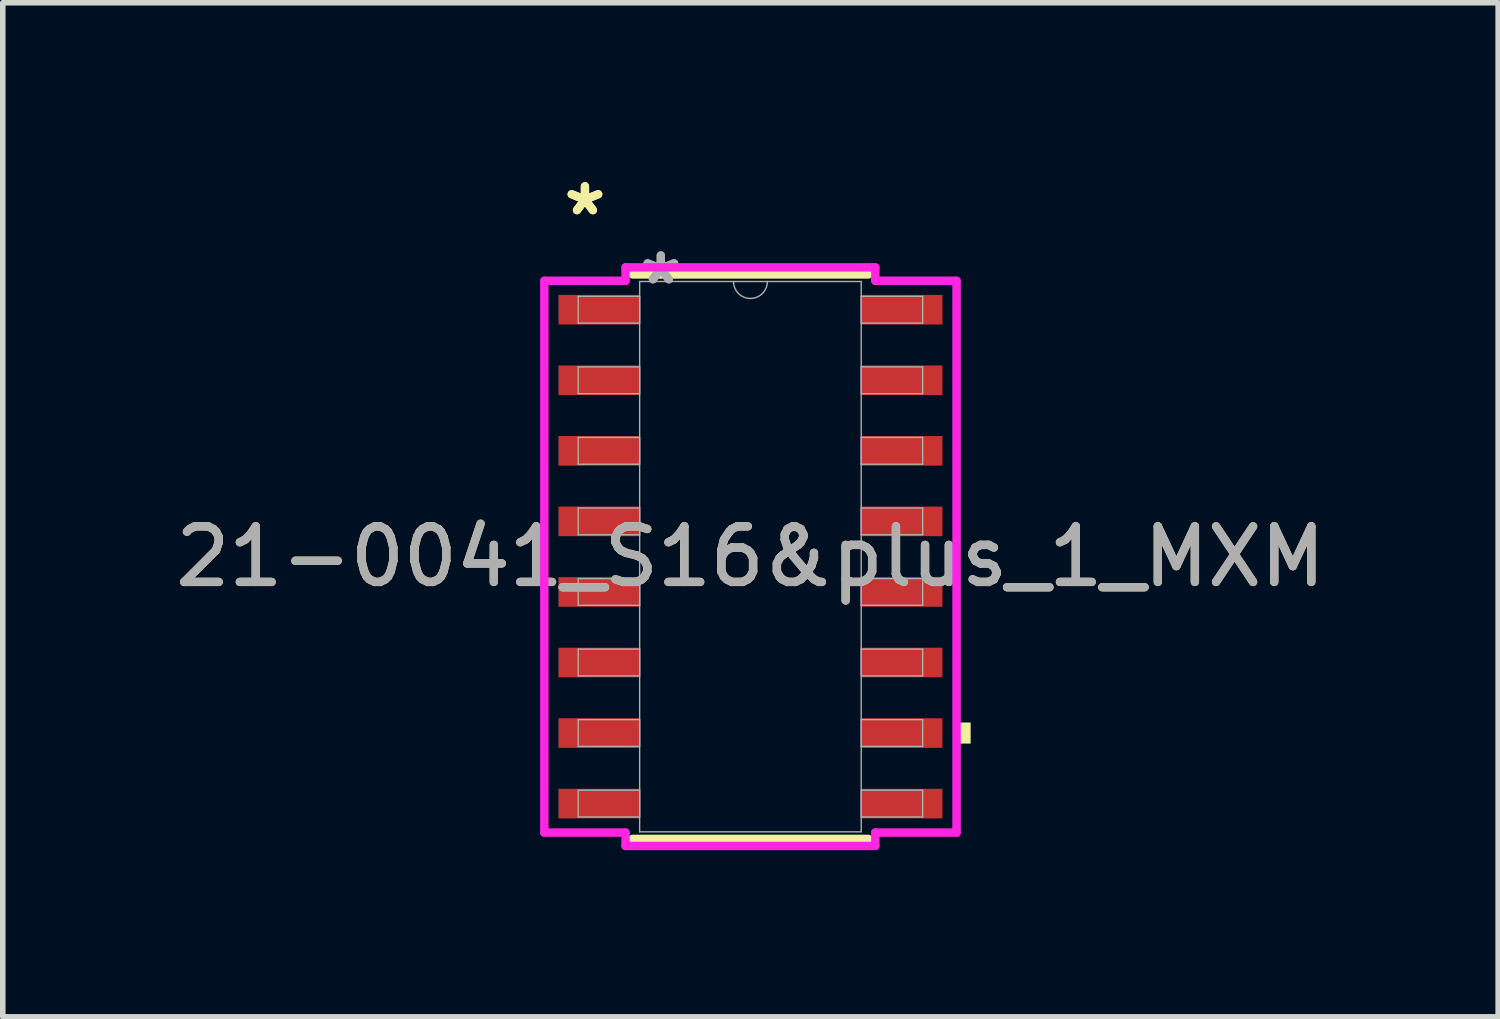
<source format=kicad_pcb>
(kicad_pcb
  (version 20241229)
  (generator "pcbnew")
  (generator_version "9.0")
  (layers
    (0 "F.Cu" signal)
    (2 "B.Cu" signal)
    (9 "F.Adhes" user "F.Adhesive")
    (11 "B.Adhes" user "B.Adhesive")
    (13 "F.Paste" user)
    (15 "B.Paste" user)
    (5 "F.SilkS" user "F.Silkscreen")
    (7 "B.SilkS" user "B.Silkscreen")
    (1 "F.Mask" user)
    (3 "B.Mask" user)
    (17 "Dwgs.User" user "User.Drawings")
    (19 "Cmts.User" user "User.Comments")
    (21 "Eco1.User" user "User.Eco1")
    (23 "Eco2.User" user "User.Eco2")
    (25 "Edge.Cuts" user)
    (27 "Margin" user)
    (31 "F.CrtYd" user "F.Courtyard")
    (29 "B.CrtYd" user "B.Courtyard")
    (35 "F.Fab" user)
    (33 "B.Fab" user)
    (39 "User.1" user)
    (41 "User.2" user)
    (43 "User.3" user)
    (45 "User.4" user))
  (footprint "21-0041_S16&plus_1_MXM"
    (layer "F.Cu")
    (at 10.458 6.97)
    (property "Reference" "21-0041_S16&plus_1_MXM" (at 0 0 0) (unlocked yes) (layer "F.SilkS") (effects (font (size 1 1) (thickness 0.15))))
    (attr smd)
    (fp_line (start -2.121 5.08) (end 2.121 5.08) (stroke (width 0.152) (type solid)) (layer "F.SilkS"))
    (fp_line (start 2.121 -5.08) (end -2.121 -5.08) (stroke (width 0.152) (type solid)) (layer "F.SilkS"))
    (fp_poly (pts (xy 3.964 2.985) (xy 3.964 3.365) (xy 3.71 3.365) (xy 3.71 2.985)) (stroke (width 0) (type solid)) (fill yes) (layer "F.SilkS"))
    (fp_line (start -3.71 -4.966) (end -2.248 -4.966) (stroke (width 0.152) (type solid)) (layer "F.CrtYd"))
    (fp_line (start -3.71 4.966) (end -3.71 -4.966) (stroke (width 0.152) (type solid)) (layer "F.CrtYd"))
    (fp_line (start -3.71 4.966) (end -2.248 4.966) (stroke (width 0.152) (type solid)) (layer "F.CrtYd"))
    (fp_line (start -2.248 -5.207) (end 2.248 -5.207) (stroke (width 0.152) (type solid)) (layer "F.CrtYd"))
    (fp_line (start -2.248 -4.966) (end -2.248 -5.207) (stroke (width 0.152) (type solid)) (layer "F.CrtYd"))
    (fp_line (start -2.248 5.207) (end -2.248 4.966) (stroke (width 0.152) (type solid)) (layer "F.CrtYd"))
    (fp_line (start 2.248 -5.207) (end 2.248 -4.966) (stroke (width 0.152) (type solid)) (layer "F.CrtYd"))
    (fp_line (start 2.248 4.966) (end 2.248 5.207) (stroke (width 0.152) (type solid)) (layer "F.CrtYd"))
    (fp_line (start 2.248 5.207) (end -2.248 5.207) (stroke (width 0.152) (type solid)) (layer "F.CrtYd"))
    (fp_line (start 3.71 -4.966) (end 2.248 -4.966) (stroke (width 0.152) (type solid)) (layer "F.CrtYd"))
    (fp_line (start 3.71 -4.966) (end 3.71 4.966) (stroke (width 0.152) (type solid)) (layer "F.CrtYd"))
    (fp_line (start 3.71 4.966) (end 2.248 4.966) (stroke (width 0.152) (type solid)) (layer "F.CrtYd"))
    (fp_line (start -3.1 -4.686) (end -3.1 -4.204) (stroke (width 0.025) (type solid)) (layer "F.Fab"))
    (fp_line (start -3.1 -4.204) (end -1.994 -4.204) (stroke (width 0.025) (type solid)) (layer "F.Fab"))
    (fp_line (start -3.1 -3.416) (end -3.1 -2.934) (stroke (width 0.025) (type solid)) (layer "F.Fab"))
    (fp_line (start -3.1 -2.934) (end -1.994 -2.934) (stroke (width 0.025) (type solid)) (layer "F.Fab"))
    (fp_line (start -3.1 -2.146) (end -3.1 -1.664) (stroke (width 0.025) (type solid)) (layer "F.Fab"))
    (fp_line (start -3.1 -1.664) (end -1.994 -1.664) (stroke (width 0.025) (type solid)) (layer "F.Fab"))
    (fp_line (start -3.1 -0.876) (end -3.1 -0.394) (stroke (width 0.025) (type solid)) (layer "F.Fab"))
    (fp_line (start -3.1 -0.394) (end -1.994 -0.394) (stroke (width 0.025) (type solid)) (layer "F.Fab"))
    (fp_line (start -3.1 0.394) (end -3.1 0.876) (stroke (width 0.025) (type solid)) (layer "F.Fab"))
    (fp_line (start -3.1 0.876) (end -1.994 0.876) (stroke (width 0.025) (type solid)) (layer "F.Fab"))
    (fp_line (start -3.1 1.664) (end -3.1 2.146) (stroke (width 0.025) (type solid)) (layer "F.Fab"))
    (fp_line (start -3.1 2.146) (end -1.994 2.146) (stroke (width 0.025) (type solid)) (layer "F.Fab"))
    (fp_line (start -3.1 2.934) (end -3.1 3.416) (stroke (width 0.025) (type solid)) (layer "F.Fab"))
    (fp_line (start -3.1 3.416) (end -1.994 3.416) (stroke (width 0.025) (type solid)) (layer "F.Fab"))
    (fp_line (start -3.1 4.204) (end -3.1 4.686) (stroke (width 0.025) (type solid)) (layer "F.Fab"))
    (fp_line (start -3.1 4.686) (end -1.994 4.686) (stroke (width 0.025) (type solid)) (layer "F.Fab"))
    (fp_line (start -1.994 -4.953) (end -1.994 4.953) (stroke (width 0.025) (type solid)) (layer "F.Fab"))
    (fp_line (start -1.994 -4.686) (end -3.1 -4.686) (stroke (width 0.025) (type solid)) (layer "F.Fab"))
    (fp_line (start -1.994 -4.204) (end -1.994 -4.686) (stroke (width 0.025) (type solid)) (layer "F.Fab"))
    (fp_line (start -1.994 -3.416) (end -3.1 -3.416) (stroke (width 0.025) (type solid)) (layer "F.Fab"))
    (fp_line (start -1.994 -2.934) (end -1.994 -3.416) (stroke (width 0.025) (type solid)) (layer "F.Fab"))
    (fp_line (start -1.994 -2.146) (end -3.1 -2.146) (stroke (width 0.025) (type solid)) (layer "F.Fab"))
    (fp_line (start -1.994 -1.664) (end -1.994 -2.146) (stroke (width 0.025) (type solid)) (layer "F.Fab"))
    (fp_line (start -1.994 -0.876) (end -3.1 -0.876) (stroke (width 0.025) (type solid)) (layer "F.Fab"))
    (fp_line (start -1.994 -0.394) (end -1.994 -0.876) (stroke (width 0.025) (type solid)) (layer "F.Fab"))
    (fp_line (start -1.994 0.394) (end -3.1 0.394) (stroke (width 0.025) (type solid)) (layer "F.Fab"))
    (fp_line (start -1.994 0.876) (end -1.994 0.394) (stroke (width 0.025) (type solid)) (layer "F.Fab"))
    (fp_line (start -1.994 1.664) (end -3.1 1.664) (stroke (width 0.025) (type solid)) (layer "F.Fab"))
    (fp_line (start -1.994 2.146) (end -1.994 1.664) (stroke (width 0.025) (type solid)) (layer "F.Fab"))
    (fp_line (start -1.994 2.934) (end -3.1 2.934) (stroke (width 0.025) (type solid)) (layer "F.Fab"))
    (fp_line (start -1.994 3.416) (end -1.994 2.934) (stroke (width 0.025) (type solid)) (layer "F.Fab"))
    (fp_line (start -1.994 4.204) (end -3.1 4.204) (stroke (width 0.025) (type solid)) (layer "F.Fab"))
    (fp_line (start -1.994 4.686) (end -1.994 4.204) (stroke (width 0.025) (type solid)) (layer "F.Fab"))
    (fp_line (start -1.994 4.953) (end 1.994 4.953) (stroke (width 0.025) (type solid)) (layer "F.Fab"))
    (fp_line (start 1.994 -4.953) (end -1.994 -4.953) (stroke (width 0.025) (type solid)) (layer "F.Fab"))
    (fp_line (start 1.994 -4.686) (end 1.994 -4.204) (stroke (width 0.025) (type solid)) (layer "F.Fab"))
    (fp_line (start 1.994 -4.204) (end 3.1 -4.204) (stroke (width 0.025) (type solid)) (layer "F.Fab"))
    (fp_line (start 1.994 -3.416) (end 1.994 -2.934) (stroke (width 0.025) (type solid)) (layer "F.Fab"))
    (fp_line (start 1.994 -2.934) (end 3.1 -2.934) (stroke (width 0.025) (type solid)) (layer "F.Fab"))
    (fp_line (start 1.994 -2.146) (end 1.994 -1.664) (stroke (width 0.025) (type solid)) (layer "F.Fab"))
    (fp_line (start 1.994 -1.664) (end 3.1 -1.664) (stroke (width 0.025) (type solid)) (layer "F.Fab"))
    (fp_line (start 1.994 -0.876) (end 1.994 -0.394) (stroke (width 0.025) (type solid)) (layer "F.Fab"))
    (fp_line (start 1.994 -0.394) (end 3.1 -0.394) (stroke (width 0.025) (type solid)) (layer "F.Fab"))
    (fp_line (start 1.994 0.394) (end 1.994 0.876) (stroke (width 0.025) (type solid)) (layer "F.Fab"))
    (fp_line (start 1.994 0.876) (end 3.1 0.876) (stroke (width 0.025) (type solid)) (layer "F.Fab"))
    (fp_line (start 1.994 1.664) (end 1.994 2.146) (stroke (width 0.025) (type solid)) (layer "F.Fab"))
    (fp_line (start 1.994 2.146) (end 3.1 2.146) (stroke (width 0.025) (type solid)) (layer "F.Fab"))
    (fp_line (start 1.994 2.934) (end 1.994 3.416) (stroke (width 0.025) (type solid)) (layer "F.Fab"))
    (fp_line (start 1.994 3.416) (end 3.1 3.416) (stroke (width 0.025) (type solid)) (layer "F.Fab"))
    (fp_line (start 1.994 4.204) (end 1.994 4.686) (stroke (width 0.025) (type solid)) (layer "F.Fab"))
    (fp_line (start 1.994 4.686) (end 3.1 4.686) (stroke (width 0.025) (type solid)) (layer "F.Fab"))
    (fp_line (start 1.994 4.953) (end 1.994 -4.953) (stroke (width 0.025) (type solid)) (layer "F.Fab"))
    (fp_line (start 3.1 -4.686) (end 1.994 -4.686) (stroke (width 0.025) (type solid)) (layer "F.Fab"))
    (fp_line (start 3.1 -4.204) (end 3.1 -4.686) (stroke (width 0.025) (type solid)) (layer "F.Fab"))
    (fp_line (start 3.1 -3.416) (end 1.994 -3.416) (stroke (width 0.025) (type solid)) (layer "F.Fab"))
    (fp_line (start 3.1 -2.934) (end 3.1 -3.416) (stroke (width 0.025) (type solid)) (layer "F.Fab"))
    (fp_line (start 3.1 -2.146) (end 1.994 -2.146) (stroke (width 0.025) (type solid)) (layer "F.Fab"))
    (fp_line (start 3.1 -1.664) (end 3.1 -2.146) (stroke (width 0.025) (type solid)) (layer "F.Fab"))
    (fp_line (start 3.1 -0.876) (end 1.994 -0.876) (stroke (width 0.025) (type solid)) (layer "F.Fab"))
    (fp_line (start 3.1 -0.394) (end 3.1 -0.876) (stroke (width 0.025) (type solid)) (layer "F.Fab"))
    (fp_line (start 3.1 0.394) (end 1.994 0.394) (stroke (width 0.025) (type solid)) (layer "F.Fab"))
    (fp_line (start 3.1 0.876) (end 3.1 0.394) (stroke (width 0.025) (type solid)) (layer "F.Fab"))
    (fp_line (start 3.1 1.664) (end 1.994 1.664) (stroke (width 0.025) (type solid)) (layer "F.Fab"))
    (fp_line (start 3.1 2.146) (end 3.1 1.664) (stroke (width 0.025) (type solid)) (layer "F.Fab"))
    (fp_line (start 3.1 2.934) (end 1.994 2.934) (stroke (width 0.025) (type solid)) (layer "F.Fab"))
    (fp_line (start 3.1 3.416) (end 3.1 2.934) (stroke (width 0.025) (type solid)) (layer "F.Fab"))
    (fp_line (start 3.1 4.204) (end 1.994 4.204) (stroke (width 0.025) (type solid)) (layer "F.Fab"))
    (fp_line (start 3.1 4.686) (end 3.1 4.204) (stroke (width 0.025) (type solid)) (layer "F.Fab"))
    (fp_arc (start 0.3048 -4.953) (mid 0 -4.6482) (end -0.3048 -4.953) (stroke (width 0.0254) (type solid)) (layer "F.Fab"))
    (fp_text user "*" (at -2.979 -6.121 0) (layer "F.SilkS") (effects (font (size 1 1) (thickness 0.15))))
    (fp_text user "*" (at -2.979 -6.121 0) (unlocked yes) (layer "F.SilkS") (effects (font (size 1 1) (thickness 0.15))))
    (fp_text user "${REFERENCE}" (at 0 0 0) (unlocked yes) (layer "F.Fab") (effects (font (size 1 1) (thickness 0.15))))
    (fp_text user "*" (at -1.613 -4.877 0) (layer "F.Fab") (effects (font (size 1 1) (thickness 0.15))))
    (fp_text user "*" (at -1.613 -4.877 0) (unlocked yes) (layer "F.Fab") (effects (font (size 1 1) (thickness 0.15))))
    (pad "1" smd rect (at -2.725 -4.445) (size 1.462 0.533) (layers "F.Cu" "F.Mask" "F.Paste"))
    (pad "2" smd rect (at -2.725 -3.175) (size 1.462 0.533) (layers "F.Cu" "F.Mask" "F.Paste"))
    (pad "3" smd rect (at -2.725 -1.905) (size 1.462 0.533) (layers "F.Cu" "F.Mask" "F.Paste"))
    (pad "4" smd rect (at -2.725 -0.635) (size 1.462 0.533) (layers "F.Cu" "F.Mask" "F.Paste"))
    (pad "5" smd rect (at -2.725 0.635) (size 1.462 0.533) (layers "F.Cu" "F.Mask" "F.Paste"))
    (pad "6" smd rect (at -2.725 1.905) (size 1.462 0.533) (layers "F.Cu" "F.Mask" "F.Paste"))
    (pad "7" smd rect (at -2.725 3.175) (size 1.462 0.533) (layers "F.Cu" "F.Mask" "F.Paste"))
    (pad "8" smd rect (at -2.725 4.445) (size 1.462 0.533) (layers "F.Cu" "F.Mask" "F.Paste"))
    (pad "9" smd rect (at 2.725 4.445) (size 1.462 0.533) (layers "F.Cu" "F.Mask" "F.Paste"))
    (pad "10" smd rect (at 2.725 3.175) (size 1.462 0.533) (layers "F.Cu" "F.Mask" "F.Paste"))
    (pad "11" smd rect (at 2.725 1.905) (size 1.462 0.533) (layers "F.Cu" "F.Mask" "F.Paste"))
    (pad "12" smd rect (at 2.725 0.635) (size 1.462 0.533) (layers "F.Cu" "F.Mask" "F.Paste"))
    (pad "13" smd rect (at 2.725 -0.635) (size 1.462 0.533) (layers "F.Cu" "F.Mask" "F.Paste"))
    (pad "14" smd rect (at 2.725 -1.905) (size 1.462 0.533) (layers "F.Cu" "F.Mask" "F.Paste"))
    (pad "15" smd rect (at 2.725 -3.175) (size 1.462 0.533) (layers "F.Cu" "F.Mask" "F.Paste"))
    (pad "16" smd rect (at 2.725 -4.445) (size 1.462 0.533) (layers "F.Cu" "F.Mask" "F.Paste")))
  (gr_rect
    (start -3 -3)
    (end 23.917 15.253)
    (stroke (width 0.1) (type default))
    (fill no)
    (layer "Edge.Cuts")))
</source>
